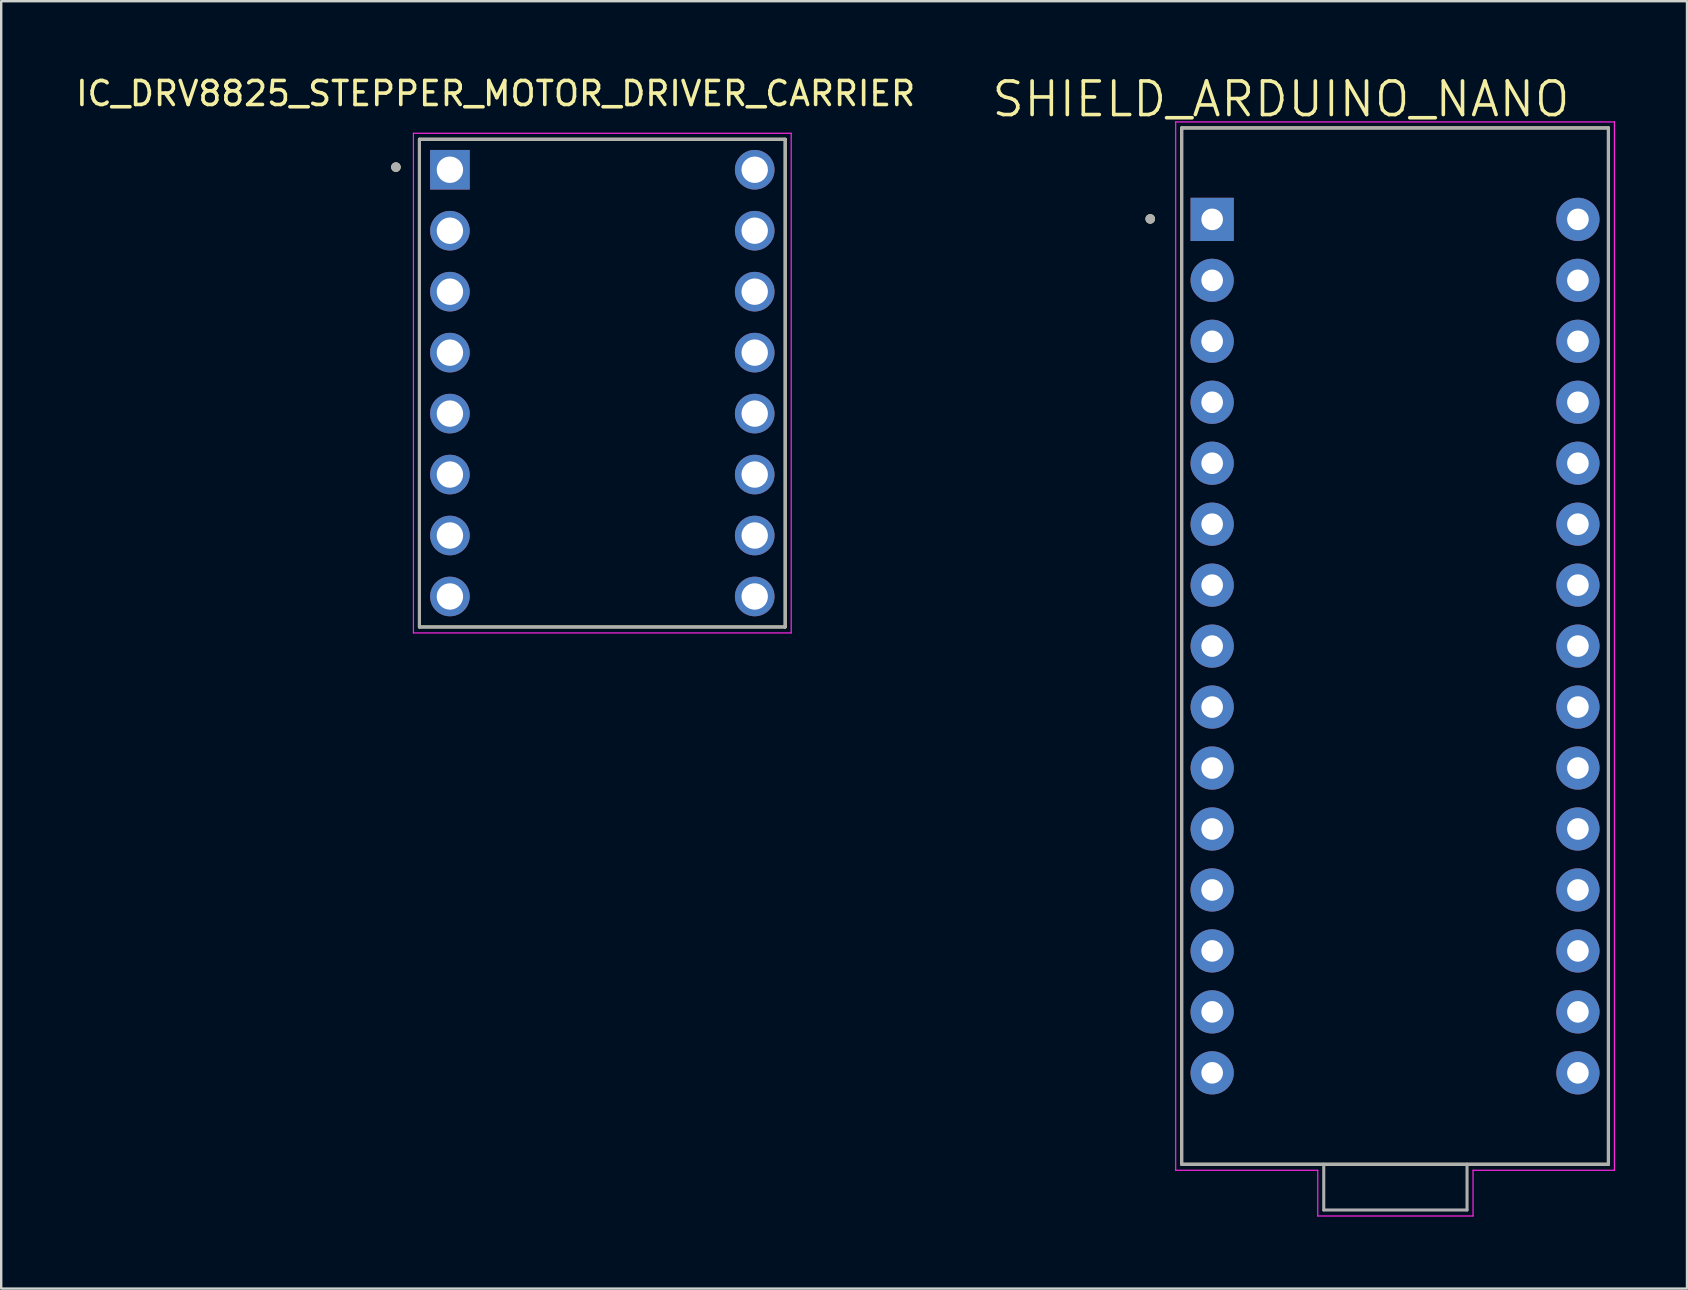
<source format=kicad_pcb>
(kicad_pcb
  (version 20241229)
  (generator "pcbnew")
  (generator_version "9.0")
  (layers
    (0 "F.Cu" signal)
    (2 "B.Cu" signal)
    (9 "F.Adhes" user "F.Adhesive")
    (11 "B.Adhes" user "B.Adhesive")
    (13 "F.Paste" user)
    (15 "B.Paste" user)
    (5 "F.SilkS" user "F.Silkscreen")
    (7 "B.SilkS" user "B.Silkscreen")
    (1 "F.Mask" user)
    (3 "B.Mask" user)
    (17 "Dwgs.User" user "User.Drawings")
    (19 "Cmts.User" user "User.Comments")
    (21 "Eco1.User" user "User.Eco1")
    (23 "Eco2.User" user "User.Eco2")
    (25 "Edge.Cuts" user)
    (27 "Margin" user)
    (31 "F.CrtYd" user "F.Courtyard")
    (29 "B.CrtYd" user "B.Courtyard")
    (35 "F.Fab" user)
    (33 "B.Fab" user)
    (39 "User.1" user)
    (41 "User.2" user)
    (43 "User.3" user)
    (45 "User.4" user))
  (footprint "SHIELD_ARDUINO_NANO"
    (layer "F.Cu")
    (at 55.076 23.871)
    (property "Reference" "SHIELD_ARDUINO_NANO" (at -4.755 -22.789 0) (layer "F.SilkS") (effects (font (size 1.4 1.4) (thickness 0.15))))
    (attr through_hole)
    (fp_line (start -8.89 -21.59) (end 8.89 -21.59) (stroke (width 0.127) (type solid)) (layer "F.SilkS"))
    (fp_line (start -8.89 21.59) (end -8.89 -21.59) (stroke (width 0.127) (type solid)) (layer "F.SilkS"))
    (fp_line (start 8.89 -21.59) (end 8.89 21.59) (stroke (width 0.127) (type solid)) (layer "F.SilkS"))
    (fp_line (start 8.89 21.59) (end -8.89 21.59) (stroke (width 0.127) (type solid)) (layer "F.SilkS"))
    (fp_circle (center -10.2 -17.8) (end -10.1 -17.8) (stroke (width 0.2) (type solid)) (fill no) (layer "F.SilkS"))
    (fp_line (start -9.14 -21.84) (end 9.14 -21.84) (stroke (width 0.05) (type solid)) (layer "F.CrtYd"))
    (fp_line (start -9.14 21.84) (end -9.14 -21.84) (stroke (width 0.05) (type solid)) (layer "F.CrtYd"))
    (fp_line (start -9.14 21.84) (end -3.22 21.84) (stroke (width 0.05) (type solid)) (layer "F.CrtYd"))
    (fp_line (start -3.22 21.84) (end -3.22 23.745) (stroke (width 0.05) (type solid)) (layer "F.CrtYd"))
    (fp_line (start -3.22 23.745) (end 3.25 23.745) (stroke (width 0.05) (type solid)) (layer "F.CrtYd"))
    (fp_line (start 3.25 21.84) (end 9.14 21.84) (stroke (width 0.05) (type solid)) (layer "F.CrtYd"))
    (fp_line (start 3.25 23.745) (end 3.25 21.84) (stroke (width 0.05) (type solid)) (layer "F.CrtYd"))
    (fp_line (start 9.14 -21.84) (end 9.14 21.84) (stroke (width 0.05) (type solid)) (layer "F.CrtYd"))
    (fp_line (start -8.89 -21.59) (end 8.89 -21.59) (stroke (width 0.127) (type solid)) (layer "F.Fab"))
    (fp_line (start -8.89 21.59) (end -8.89 -21.59) (stroke (width 0.127) (type solid)) (layer "F.Fab"))
    (fp_line (start -2.97 21.59) (end -8.89 21.59) (stroke (width 0.127) (type solid)) (layer "F.Fab"))
    (fp_line (start -2.97 21.59) (end -2.97 23.495) (stroke (width 0.127) (type solid)) (layer "F.Fab"))
    (fp_line (start -2.97 23.495) (end 3 23.495) (stroke (width 0.127) (type solid)) (layer "F.Fab"))
    (fp_line (start 3 21.59) (end -2.97 21.59) (stroke (width 0.127) (type solid)) (layer "F.Fab"))
    (fp_line (start 3 23.495) (end 3 21.59) (stroke (width 0.127) (type solid)) (layer "F.Fab"))
    (fp_line (start 8.89 -21.59) (end 8.89 21.59) (stroke (width 0.127) (type solid)) (layer "F.Fab"))
    (fp_line (start 8.89 21.59) (end 3 21.59) (stroke (width 0.127) (type solid)) (layer "F.Fab"))
    (fp_circle (center -10.2 -17.8) (end -10.1 -17.8) (stroke (width 0.2) (type solid)) (fill no) (layer "F.Fab"))
    (pad "1" thru_hole rect (at -7.62 -17.78) (size 1.8 1.8) (drill 0.9) (layers "*.Cu" "*.Mask"))
    (pad "2" thru_hole circle (at -7.62 -15.24) (size 1.8 1.8) (drill 0.9) (layers "*.Cu" "*.Mask"))
    (pad "3" thru_hole circle (at -7.62 -12.7) (size 1.8 1.8) (drill 0.9) (layers "*.Cu" "*.Mask"))
    (pad "4" thru_hole circle (at -7.62 -10.16) (size 1.8 1.8) (drill 0.9) (layers "*.Cu" "*.Mask"))
    (pad "5" thru_hole circle (at -7.62 -7.62) (size 1.8 1.8) (drill 0.9) (layers "*.Cu" "*.Mask"))
    (pad "6" thru_hole circle (at -7.62 -5.08) (size 1.8 1.8) (drill 0.9) (layers "*.Cu" "*.Mask"))
    (pad "7" thru_hole circle (at -7.62 -2.54) (size 1.8 1.8) (drill 0.9) (layers "*.Cu" "*.Mask"))
    (pad "8" thru_hole circle (at -7.62 0) (size 1.8 1.8) (drill 0.9) (layers "*.Cu" "*.Mask"))
    (pad "9" thru_hole circle (at -7.62 2.54) (size 1.8 1.8) (drill 0.9) (layers "*.Cu" "*.Mask"))
    (pad "10" thru_hole circle (at -7.62 5.08) (size 1.8 1.8) (drill 0.9) (layers "*.Cu" "*.Mask"))
    (pad "11" thru_hole circle (at -7.62 7.62) (size 1.8 1.8) (drill 0.9) (layers "*.Cu" "*.Mask"))
    (pad "12" thru_hole circle (at -7.62 10.16) (size 1.8 1.8) (drill 0.9) (layers "*.Cu" "*.Mask"))
    (pad "13" thru_hole circle (at -7.62 12.7) (size 1.8 1.8) (drill 0.9) (layers "*.Cu" "*.Mask"))
    (pad "14" thru_hole circle (at -7.62 15.24) (size 1.8 1.8) (drill 0.9) (layers "*.Cu" "*.Mask"))
    (pad "15" thru_hole circle (at -7.62 17.78) (size 1.8 1.8) (drill 0.9) (layers "*.Cu" "*.Mask"))
    (pad "16" thru_hole circle (at 7.62 17.78) (size 1.8 1.8) (drill 0.9) (layers "*.Cu" "*.Mask"))
    (pad "17" thru_hole circle (at 7.62 15.24) (size 1.8 1.8) (drill 0.9) (layers "*.Cu" "*.Mask"))
    (pad "18" thru_hole circle (at 7.62 12.7) (size 1.8 1.8) (drill 0.9) (layers "*.Cu" "*.Mask"))
    (pad "19" thru_hole circle (at 7.62 10.16) (size 1.8 1.8) (drill 0.9) (layers "*.Cu" "*.Mask"))
    (pad "20" thru_hole circle (at 7.62 7.62) (size 1.8 1.8) (drill 0.9) (layers "*.Cu" "*.Mask"))
    (pad "21" thru_hole circle (at 7.62 5.08) (size 1.8 1.8) (drill 0.9) (layers "*.Cu" "*.Mask"))
    (pad "22" thru_hole circle (at 7.62 2.54) (size 1.8 1.8) (drill 0.9) (layers "*.Cu" "*.Mask"))
    (pad "23" thru_hole circle (at 7.62 0) (size 1.8 1.8) (drill 0.9) (layers "*.Cu" "*.Mask"))
    (pad "24" thru_hole circle (at 7.62 -2.54) (size 1.8 1.8) (drill 0.9) (layers "*.Cu" "*.Mask"))
    (pad "25" thru_hole circle (at 7.62 -5.08) (size 1.8 1.8) (drill 0.9) (layers "*.Cu" "*.Mask"))
    (pad "26" thru_hole circle (at 7.62 -7.62) (size 1.8 1.8) (drill 0.9) (layers "*.Cu" "*.Mask"))
    (pad "27" thru_hole circle (at 7.62 -10.16) (size 1.8 1.8) (drill 0.9) (layers "*.Cu" "*.Mask"))
    (pad "28" thru_hole circle (at 7.62 -12.7) (size 1.8 1.8) (drill 0.9) (layers "*.Cu" "*.Mask"))
    (pad "29" thru_hole circle (at 7.62 -15.24) (size 1.8 1.8) (drill 0.9) (layers "*.Cu" "*.Mask"))
    (pad "30" thru_hole circle (at 7.62 -17.78) (size 1.8 1.8) (drill 0.9) (layers "*.Cu" "*.Mask")))
  (footprint "IC_DRV8825_STEPPER_MOTOR_DRIVER_CARRIER"
    (layer "F.Cu")
    (at 22.046 12.913)
    (property "Reference" "IC_DRV8825_STEPPER_MOTOR_DRIVER_CARRIER" (at -4.445 -12.065 0) (layer "F.SilkS") (effects (font (size 1 1) (thickness 0.15))))
    (attr through_hole)
    (fp_line (start -7.62 -10.16) (end 7.62 -10.16) (stroke (width 0.127) (type solid)) (layer "F.SilkS"))
    (fp_line (start -7.62 10.16) (end -7.62 -10.16) (stroke (width 0.127) (type solid)) (layer "F.SilkS"))
    (fp_line (start 7.62 -10.16) (end 7.62 10.16) (stroke (width 0.127) (type solid)) (layer "F.SilkS"))
    (fp_line (start 7.62 10.16) (end -7.62 10.16) (stroke (width 0.127) (type solid)) (layer "F.SilkS"))
    (fp_circle (center -8.6 -9) (end -8.5 -9) (stroke (width 0.2) (type solid)) (fill no) (layer "F.SilkS"))
    (fp_line (start -7.87 -10.41) (end 7.87 -10.41) (stroke (width 0.05) (type solid)) (layer "F.CrtYd"))
    (fp_line (start -7.87 10.41) (end -7.87 -10.41) (stroke (width 0.05) (type solid)) (layer "F.CrtYd"))
    (fp_line (start 7.87 -10.41) (end 7.87 10.41) (stroke (width 0.05) (type solid)) (layer "F.CrtYd"))
    (fp_line (start 7.87 10.41) (end -7.87 10.41) (stroke (width 0.05) (type solid)) (layer "F.CrtYd"))
    (fp_line (start -7.62 -10.16) (end 7.62 -10.16) (stroke (width 0.127) (type solid)) (layer "F.Fab"))
    (fp_line (start -7.62 10.16) (end -7.62 -10.16) (stroke (width 0.127) (type solid)) (layer "F.Fab"))
    (fp_line (start 7.62 -10.16) (end 7.62 10.16) (stroke (width 0.127) (type solid)) (layer "F.Fab"))
    (fp_line (start 7.62 10.16) (end -7.62 10.16) (stroke (width 0.127) (type solid)) (layer "F.Fab"))
    (fp_circle (center -8.6 -9) (end -8.5 -9) (stroke (width 0.2) (type solid)) (fill no) (layer "F.Fab"))
    (pad "1" thru_hole rect (at -6.35 -8.89) (size 1.65 1.65) (drill 1.1) (layers "*.Cu" "*.Mask"))
    (pad "2" thru_hole circle (at -6.35 -6.35) (size 1.65 1.65) (drill 1.1) (layers "*.Cu" "*.Mask"))
    (pad "3" thru_hole circle (at -6.35 -3.81) (size 1.65 1.65) (drill 1.1) (layers "*.Cu" "*.Mask"))
    (pad "4" thru_hole circle (at -6.35 -1.27) (size 1.65 1.65) (drill 1.1) (layers "*.Cu" "*.Mask"))
    (pad "5" thru_hole circle (at -6.35 1.27) (size 1.65 1.65) (drill 1.1) (layers "*.Cu" "*.Mask"))
    (pad "6" thru_hole circle (at -6.35 3.81) (size 1.65 1.65) (drill 1.1) (layers "*.Cu" "*.Mask"))
    (pad "7" thru_hole circle (at -6.35 6.35) (size 1.65 1.65) (drill 1.1) (layers "*.Cu" "*.Mask"))
    (pad "8" thru_hole circle (at -6.35 8.89) (size 1.65 1.65) (drill 1.1) (layers "*.Cu" "*.Mask"))
    (pad "9" thru_hole circle (at 6.35 8.89) (size 1.65 1.65) (drill 1.1) (layers "*.Cu" "*.Mask"))
    (pad "10" thru_hole circle (at 6.35 6.35) (size 1.65 1.65) (drill 1.1) (layers "*.Cu" "*.Mask"))
    (pad "11" thru_hole circle (at 6.35 3.81) (size 1.65 1.65) (drill 1.1) (layers "*.Cu" "*.Mask"))
    (pad "12" thru_hole circle (at 6.35 1.27) (size 1.65 1.65) (drill 1.1) (layers "*.Cu" "*.Mask"))
    (pad "13" thru_hole circle (at 6.35 -1.27) (size 1.65 1.65) (drill 1.1) (layers "*.Cu" "*.Mask"))
    (pad "14" thru_hole circle (at 6.35 -3.81) (size 1.65 1.65) (drill 1.1) (layers "*.Cu" "*.Mask"))
    (pad "15" thru_hole circle (at 6.35 -6.35) (size 1.65 1.65) (drill 1.1) (layers "*.Cu" "*.Mask"))
    (pad "16" thru_hole circle (at 6.35 -8.89) (size 1.65 1.65) (drill 1.1) (layers "*.Cu" "*.Mask")))
  (gr_rect
    (start -3 -3)
    (end 67.241 50.641)
    (stroke (width 0.1) (type default))
    (fill no)
    (layer "Edge.Cuts")))
</source>
